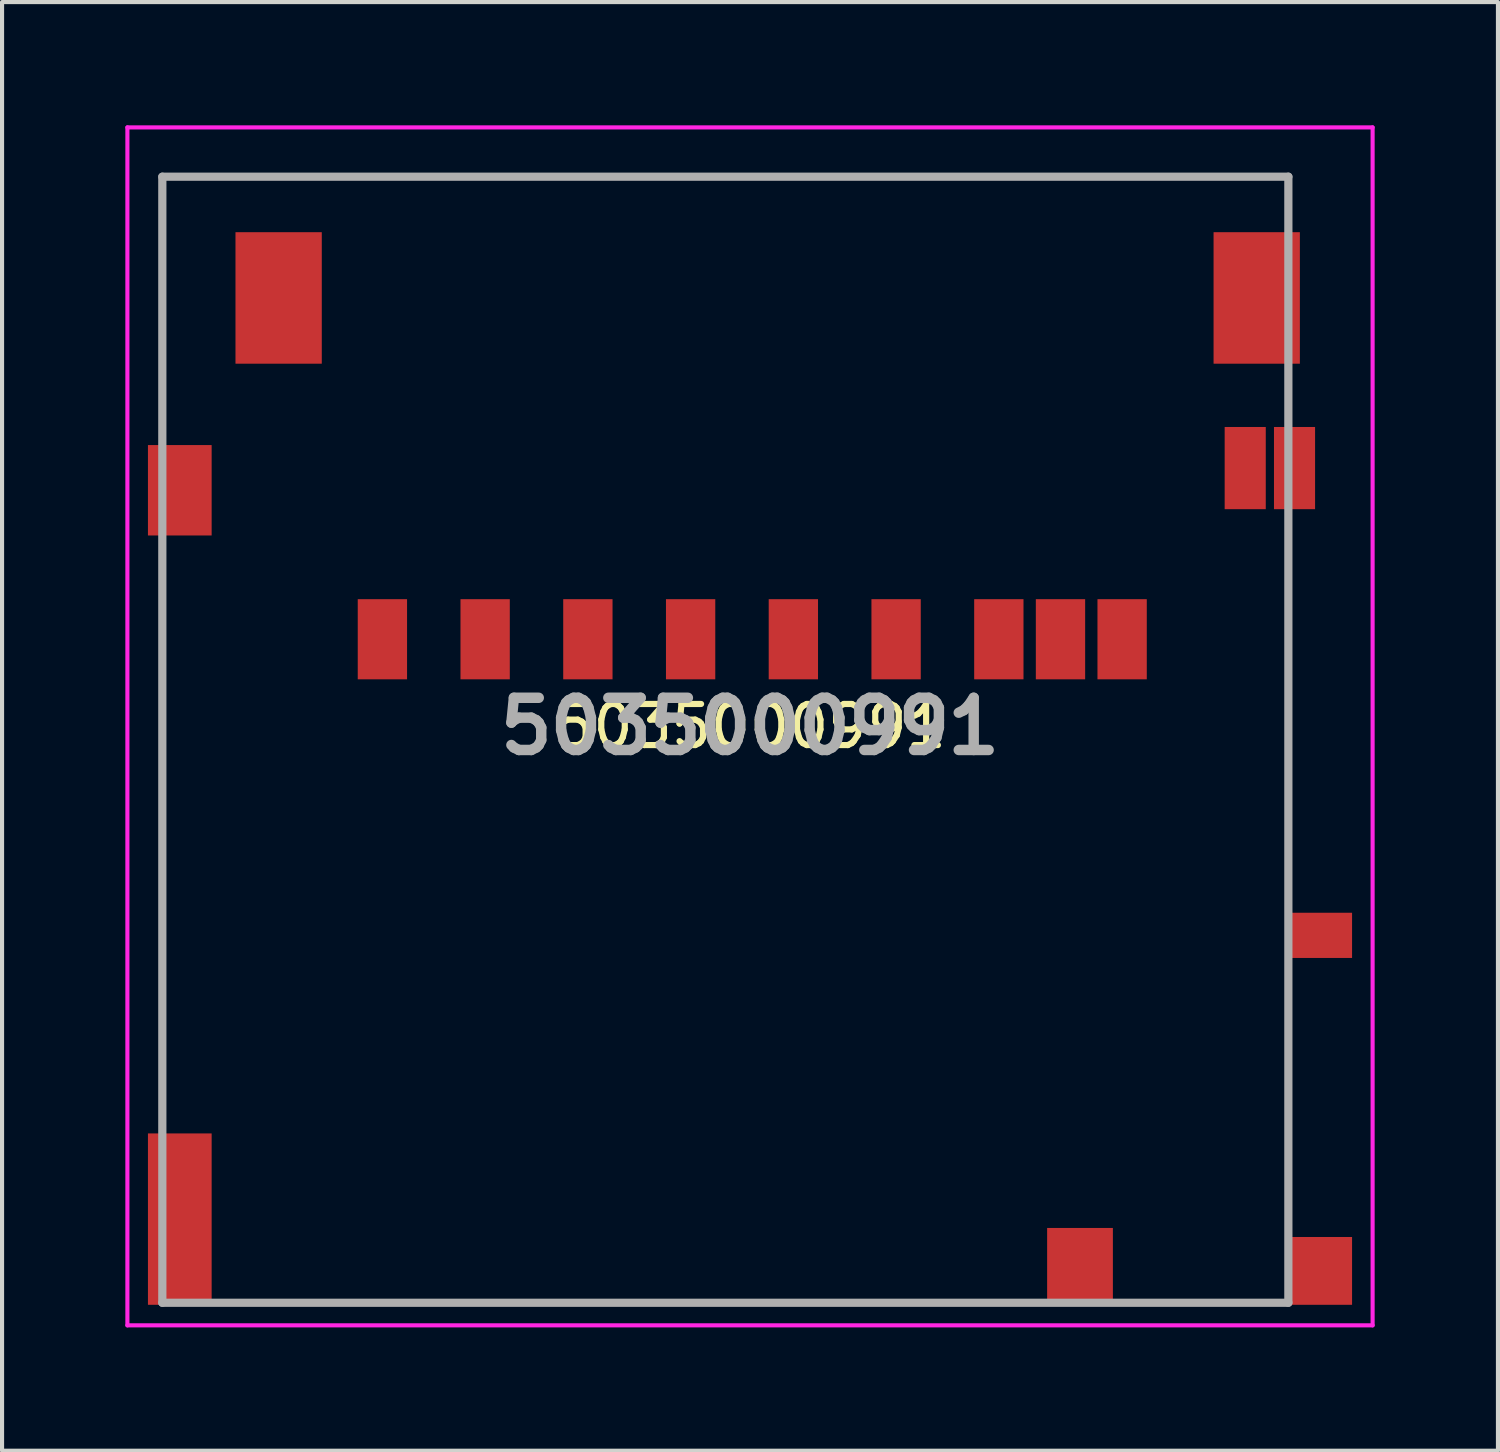
<source format=kicad_pcb>
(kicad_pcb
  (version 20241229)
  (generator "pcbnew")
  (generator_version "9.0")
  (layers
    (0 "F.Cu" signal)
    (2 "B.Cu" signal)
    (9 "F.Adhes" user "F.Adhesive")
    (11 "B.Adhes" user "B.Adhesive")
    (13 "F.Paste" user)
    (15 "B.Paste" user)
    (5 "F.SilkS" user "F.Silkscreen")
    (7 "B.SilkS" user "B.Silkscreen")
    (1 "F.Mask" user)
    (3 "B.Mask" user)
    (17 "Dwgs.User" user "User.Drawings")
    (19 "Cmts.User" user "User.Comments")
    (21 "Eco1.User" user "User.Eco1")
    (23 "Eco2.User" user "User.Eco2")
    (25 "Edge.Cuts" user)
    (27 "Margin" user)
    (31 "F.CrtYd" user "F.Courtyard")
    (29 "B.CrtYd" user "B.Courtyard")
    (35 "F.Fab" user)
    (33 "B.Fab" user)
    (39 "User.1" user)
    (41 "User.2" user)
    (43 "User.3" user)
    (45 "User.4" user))
  (footprint "5035000991"
    (layer "F.Cu")
    (at 14.59 14.879)
    (property "Reference" "5035000991" (at 0.61 -0.254 0) (layer "F.SilkS") (effects (font (size 1 1) (thickness 0.15))))
    (attr smd)
    (fp_line (start -13.69 -13.629) (end 13.71 -13.629) (stroke (width 0.1) (type solid)) (layer "F.SilkS"))
    (fp_line (start -13.69 -7.929) (end -13.69 -13.629) (stroke (width 0.1) (type solid)) (layer "F.SilkS"))
    (fp_line (start -13.69 -3.929) (end -13.69 8.571) (stroke (width 0.1) (type solid)) (layer "F.SilkS"))
    (fp_line (start -11.59 13.771) (end 6.91 13.771) (stroke (width 0.1) (type solid)) (layer "F.SilkS"))
    (fp_line (start 10.41 13.771) (end 12.94 13.771) (stroke (width 0.1) (type solid)) (layer "F.SilkS"))
    (fp_line (start 13.71 -13.629) (end 13.71 -12.929) (stroke (width 0.1) (type solid)) (layer "F.SilkS"))
    (fp_line (start 13.71 -4.929) (end 13.71 3.571) (stroke (width 0.1) (type solid)) (layer "F.SilkS"))
    (fp_line (start 13.71 6.071) (end 13.71 11.571) (stroke (width 0.1) (type solid)) (layer "F.SilkS"))
    (fp_line (start -14.54 -14.829) (end 15.76 -14.829) (stroke (width 0.1) (type solid)) (layer "F.CrtYd"))
    (fp_line (start -14.54 14.321) (end -14.54 -14.829) (stroke (width 0.1) (type solid)) (layer "F.CrtYd"))
    (fp_line (start 15.76 -14.829) (end 15.76 14.321) (stroke (width 0.1) (type solid)) (layer "F.CrtYd"))
    (fp_line (start 15.76 14.321) (end -14.54 14.321) (stroke (width 0.1) (type solid)) (layer "F.CrtYd"))
    (fp_line (start -13.69 -13.629) (end 13.71 -13.629) (stroke (width 0.2) (type solid)) (layer "F.Fab"))
    (fp_line (start -13.69 13.771) (end -13.69 -13.629) (stroke (width 0.2) (type solid)) (layer "F.Fab"))
    (fp_line (start 13.71 -13.629) (end 13.71 13.771) (stroke (width 0.2) (type solid)) (layer "F.Fab"))
    (fp_line (start 13.71 13.771) (end -13.69 13.771) (stroke (width 0.2) (type solid)) (layer "F.Fab"))
    (fp_text user "${REFERENCE}" (at 0.61 -0.254 0) (layer "F.Fab") (effects (font (size 1.27 1.27) (thickness 0.254))))
    (pad "1" smd rect (at -5.835 -2.374) (size 1.2 1.95) (layers "F.Cu" "F.Mask" "F.Paste"))
    (pad "2" smd rect (at -3.335 -2.374) (size 1.2 1.95) (layers "F.Cu" "F.Mask" "F.Paste"))
    (pad "3" smd rect (at -0.835 -2.374) (size 1.2 1.95) (layers "F.Cu" "F.Mask" "F.Paste"))
    (pad "4" smd rect (at 1.665 -2.374) (size 1.2 1.95) (layers "F.Cu" "F.Mask" "F.Paste"))
    (pad "5" smd rect (at 4.165 -2.374) (size 1.2 1.95) (layers "F.Cu" "F.Mask" "F.Paste"))
    (pad "6" smd rect (at 6.665 -2.374) (size 1.2 1.95) (layers "F.Cu" "F.Mask" "F.Paste"))
    (pad "7" smd rect (at 8.165 -2.374) (size 1.2 1.95) (layers "F.Cu" "F.Mask" "F.Paste"))
    (pad "8" smd rect (at 9.665 -2.374) (size 1.2 1.95) (layers "F.Cu" "F.Mask" "F.Paste"))
    (pad "9" smd rect (at -8.335 -2.374) (size 1.2 1.95) (layers "F.Cu" "F.Mask" "F.Paste"))
    (pad "10" smd rect (at -10.86 -10.679) (size 2.1 3.2) (layers "F.Cu" "F.Mask" "F.Paste"))
    (pad "11" smd rect (at 12.94 -10.679) (size 2.1 3.2) (layers "F.Cu" "F.Mask" "F.Paste"))
    (pad "12" smd rect (at -13.265 -5.999) (size 1.55 2.2) (layers "F.Cu" "F.Mask" "F.Paste"))
    (pad "13" smd rect (at 12.66 -6.539) (size 1 2) (layers "F.Cu" "F.Mask" "F.Paste"))
    (pad "14" smd rect (at 13.86 -6.539) (size 1 2) (layers "F.Cu" "F.Mask" "F.Paste"))
    (pad "15" smd rect (at 14.51 4.831 90) (size 1.1 1.5) (layers "F.Cu" "F.Mask" "F.Paste"))
    (pad "16" smd rect (at -13.265 11.736) (size 1.55 4.17) (layers "F.Cu" "F.Mask" "F.Paste"))
    (pad "17" smd rect (at 8.64 12.886) (size 1.6 1.87) (layers "F.Cu" "F.Mask" "F.Paste"))
    (pad "18" smd rect (at 14.51 12.996) (size 1.5 1.65) (layers "F.Cu" "F.Mask" "F.Paste")))
  (gr_rect
    (start -3 -3)
    (end 33.4 32.25)
    (stroke (width 0.1) (type default))
    (fill no)
    (layer "Edge.Cuts")))
</source>
